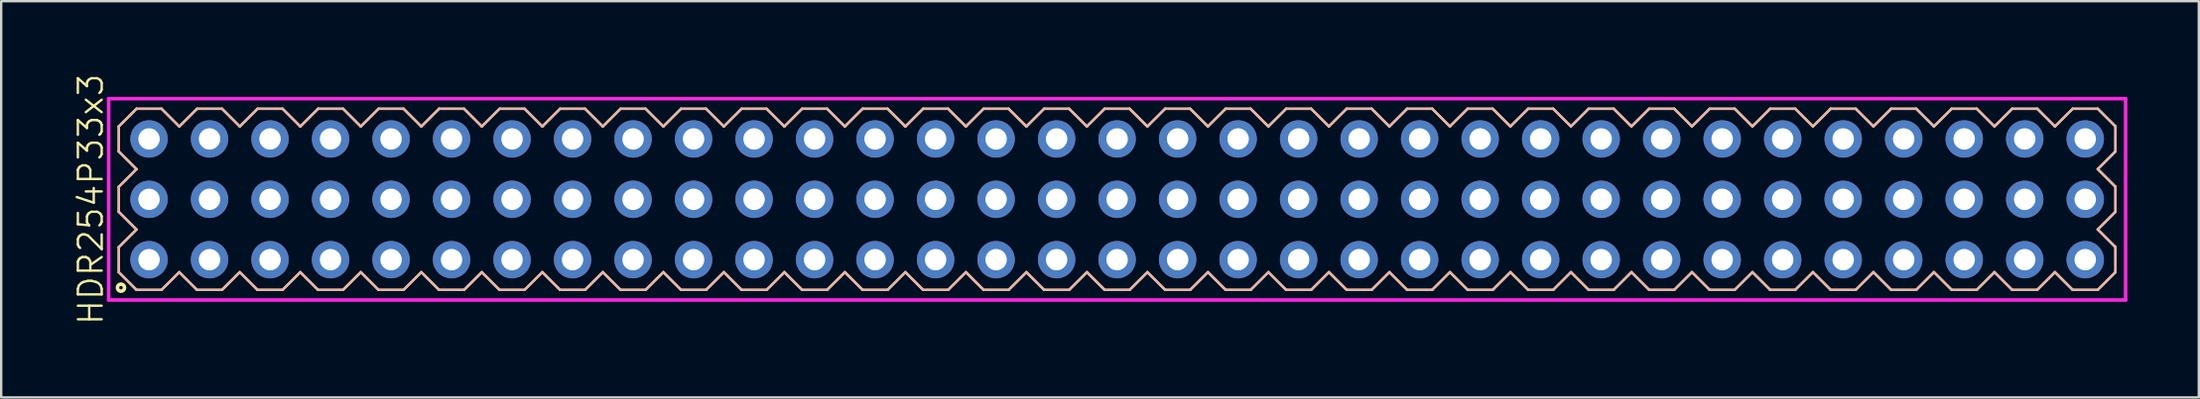
<source format=kicad_pcb>
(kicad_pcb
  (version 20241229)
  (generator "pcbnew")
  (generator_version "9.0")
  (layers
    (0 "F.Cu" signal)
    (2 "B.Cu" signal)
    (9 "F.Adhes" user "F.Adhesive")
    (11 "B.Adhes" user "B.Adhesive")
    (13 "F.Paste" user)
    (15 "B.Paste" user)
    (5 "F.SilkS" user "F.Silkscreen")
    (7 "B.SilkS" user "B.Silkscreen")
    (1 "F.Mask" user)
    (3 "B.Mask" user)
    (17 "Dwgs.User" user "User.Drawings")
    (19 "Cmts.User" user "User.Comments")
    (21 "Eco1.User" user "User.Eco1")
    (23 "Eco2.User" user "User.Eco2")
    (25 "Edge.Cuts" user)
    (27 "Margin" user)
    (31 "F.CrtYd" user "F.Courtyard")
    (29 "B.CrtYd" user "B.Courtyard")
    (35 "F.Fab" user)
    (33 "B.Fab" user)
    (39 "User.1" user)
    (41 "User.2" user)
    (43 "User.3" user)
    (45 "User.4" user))
  (footprint "HDR254P33x3"
    (layer "F.Cu")
    (at 43.846 5.336)
    (property "Reference" "HDR254P33x3" (at -43.085 0 90) (layer "F.SilkS") (effects (font (size 1 1) (thickness 0.1))))
    (attr through_hole)
    (fp_line (start -41.91 -3.066) (end -41.166 -3.81) (stroke (width 0.1) (type solid)) (layer "F.SilkS"))
    (fp_line (start -41.91 -2.014) (end -41.91 -3.066) (stroke (width 0.1) (type solid)) (layer "F.SilkS"))
    (fp_line (start -41.91 -0.526) (end -41.166 -1.27) (stroke (width 0.1) (type solid)) (layer "F.SilkS"))
    (fp_line (start -41.91 0.526) (end -41.91 -0.526) (stroke (width 0.1) (type solid)) (layer "F.SilkS"))
    (fp_line (start -41.91 2.014) (end -41.166 1.27) (stroke (width 0.1) (type solid)) (layer "F.SilkS"))
    (fp_line (start -41.91 3.066) (end -41.91 2.014) (stroke (width 0.1) (type solid)) (layer "F.SilkS"))
    (fp_line (start -41.166 -3.81) (end -40.114 -3.81) (stroke (width 0.1) (type solid)) (layer "F.SilkS"))
    (fp_line (start -41.166 -1.27) (end -41.91 -2.014) (stroke (width 0.1) (type solid)) (layer "F.SilkS"))
    (fp_line (start -41.166 1.27) (end -41.91 0.526) (stroke (width 0.1) (type solid)) (layer "F.SilkS"))
    (fp_line (start -41.166 3.81) (end -41.91 3.066) (stroke (width 0.1) (type solid)) (layer "F.SilkS"))
    (fp_line (start -40.114 -3.81) (end -39.37 -3.066) (stroke (width 0.1) (type solid)) (layer "F.SilkS"))
    (fp_line (start -40.114 3.81) (end -41.166 3.81) (stroke (width 0.1) (type solid)) (layer "F.SilkS"))
    (fp_line (start -39.37 -3.066) (end -38.626 -3.81) (stroke (width 0.1) (type solid)) (layer "F.SilkS"))
    (fp_line (start -39.37 3.066) (end -40.114 3.81) (stroke (width 0.1) (type solid)) (layer "F.SilkS"))
    (fp_line (start -38.626 -3.81) (end -37.574 -3.81) (stroke (width 0.1) (type solid)) (layer "F.SilkS"))
    (fp_line (start -38.626 3.81) (end -39.37 3.066) (stroke (width 0.1) (type solid)) (layer "F.SilkS"))
    (fp_line (start -37.574 -3.81) (end -36.83 -3.066) (stroke (width 0.1) (type solid)) (layer "F.SilkS"))
    (fp_line (start -37.574 3.81) (end -38.626 3.81) (stroke (width 0.1) (type solid)) (layer "F.SilkS"))
    (fp_line (start -36.83 -3.066) (end -36.086 -3.81) (stroke (width 0.1) (type solid)) (layer "F.SilkS"))
    (fp_line (start -36.83 3.066) (end -37.574 3.81) (stroke (width 0.1) (type solid)) (layer "F.SilkS"))
    (fp_line (start -36.086 -3.81) (end -35.034 -3.81) (stroke (width 0.1) (type solid)) (layer "F.SilkS"))
    (fp_line (start -36.086 3.81) (end -36.83 3.066) (stroke (width 0.1) (type solid)) (layer "F.SilkS"))
    (fp_line (start -35.034 -3.81) (end -34.29 -3.066) (stroke (width 0.1) (type solid)) (layer "F.SilkS"))
    (fp_line (start -35.034 3.81) (end -36.086 3.81) (stroke (width 0.1) (type solid)) (layer "F.SilkS"))
    (fp_line (start -34.29 -3.066) (end -33.546 -3.81) (stroke (width 0.1) (type solid)) (layer "F.SilkS"))
    (fp_line (start -34.29 3.066) (end -35.034 3.81) (stroke (width 0.1) (type solid)) (layer "F.SilkS"))
    (fp_line (start -33.546 -3.81) (end -32.494 -3.81) (stroke (width 0.1) (type solid)) (layer "F.SilkS"))
    (fp_line (start -33.546 3.81) (end -34.29 3.066) (stroke (width 0.1) (type solid)) (layer "F.SilkS"))
    (fp_line (start -32.494 -3.81) (end -31.75 -3.066) (stroke (width 0.1) (type solid)) (layer "F.SilkS"))
    (fp_line (start -32.494 3.81) (end -33.546 3.81) (stroke (width 0.1) (type solid)) (layer "F.SilkS"))
    (fp_line (start -31.75 -3.066) (end -31.006 -3.81) (stroke (width 0.1) (type solid)) (layer "F.SilkS"))
    (fp_line (start -31.75 3.066) (end -32.494 3.81) (stroke (width 0.1) (type solid)) (layer "F.SilkS"))
    (fp_line (start -31.006 -3.81) (end -29.954 -3.81) (stroke (width 0.1) (type solid)) (layer "F.SilkS"))
    (fp_line (start -31.006 3.81) (end -31.75 3.066) (stroke (width 0.1) (type solid)) (layer "F.SilkS"))
    (fp_line (start -29.954 -3.81) (end -29.21 -3.066) (stroke (width 0.1) (type solid)) (layer "F.SilkS"))
    (fp_line (start -29.954 3.81) (end -31.006 3.81) (stroke (width 0.1) (type solid)) (layer "F.SilkS"))
    (fp_line (start -29.21 -3.066) (end -28.466 -3.81) (stroke (width 0.1) (type solid)) (layer "F.SilkS"))
    (fp_line (start -29.21 3.066) (end -29.954 3.81) (stroke (width 0.1) (type solid)) (layer "F.SilkS"))
    (fp_line (start -28.466 -3.81) (end -27.414 -3.81) (stroke (width 0.1) (type solid)) (layer "F.SilkS"))
    (fp_line (start -28.466 3.81) (end -29.21 3.066) (stroke (width 0.1) (type solid)) (layer "F.SilkS"))
    (fp_line (start -27.414 -3.81) (end -26.67 -3.066) (stroke (width 0.1) (type solid)) (layer "F.SilkS"))
    (fp_line (start -27.414 3.81) (end -28.466 3.81) (stroke (width 0.1) (type solid)) (layer "F.SilkS"))
    (fp_line (start -26.67 -3.066) (end -25.926 -3.81) (stroke (width 0.1) (type solid)) (layer "F.SilkS"))
    (fp_line (start -26.67 3.066) (end -27.414 3.81) (stroke (width 0.1) (type solid)) (layer "F.SilkS"))
    (fp_line (start -25.926 -3.81) (end -24.874 -3.81) (stroke (width 0.1) (type solid)) (layer "F.SilkS"))
    (fp_line (start -25.926 3.81) (end -26.67 3.066) (stroke (width 0.1) (type solid)) (layer "F.SilkS"))
    (fp_line (start -24.874 -3.81) (end -24.13 -3.066) (stroke (width 0.1) (type solid)) (layer "F.SilkS"))
    (fp_line (start -24.874 3.81) (end -25.926 3.81) (stroke (width 0.1) (type solid)) (layer "F.SilkS"))
    (fp_line (start -24.13 -3.066) (end -23.386 -3.81) (stroke (width 0.1) (type solid)) (layer "F.SilkS"))
    (fp_line (start -24.13 3.066) (end -24.874 3.81) (stroke (width 0.1) (type solid)) (layer "F.SilkS"))
    (fp_line (start -23.386 -3.81) (end -22.334 -3.81) (stroke (width 0.1) (type solid)) (layer "F.SilkS"))
    (fp_line (start -23.386 3.81) (end -24.13 3.066) (stroke (width 0.1) (type solid)) (layer "F.SilkS"))
    (fp_line (start -22.334 -3.81) (end -21.59 -3.066) (stroke (width 0.1) (type solid)) (layer "F.SilkS"))
    (fp_line (start -22.334 3.81) (end -23.386 3.81) (stroke (width 0.1) (type solid)) (layer "F.SilkS"))
    (fp_line (start -21.59 -3.066) (end -20.846 -3.81) (stroke (width 0.1) (type solid)) (layer "F.SilkS"))
    (fp_line (start -21.59 3.066) (end -22.334 3.81) (stroke (width 0.1) (type solid)) (layer "F.SilkS"))
    (fp_line (start -20.846 -3.81) (end -19.794 -3.81) (stroke (width 0.1) (type solid)) (layer "F.SilkS"))
    (fp_line (start -20.846 3.81) (end -21.59 3.066) (stroke (width 0.1) (type solid)) (layer "F.SilkS"))
    (fp_line (start -19.794 -3.81) (end -19.05 -3.066) (stroke (width 0.1) (type solid)) (layer "F.SilkS"))
    (fp_line (start -19.794 3.81) (end -20.846 3.81) (stroke (width 0.1) (type solid)) (layer "F.SilkS"))
    (fp_line (start -19.05 -3.066) (end -18.306 -3.81) (stroke (width 0.1) (type solid)) (layer "F.SilkS"))
    (fp_line (start -19.05 3.066) (end -19.794 3.81) (stroke (width 0.1) (type solid)) (layer "F.SilkS"))
    (fp_line (start -18.306 -3.81) (end -17.254 -3.81) (stroke (width 0.1) (type solid)) (layer "F.SilkS"))
    (fp_line (start -18.306 3.81) (end -19.05 3.066) (stroke (width 0.1) (type solid)) (layer "F.SilkS"))
    (fp_line (start -17.254 -3.81) (end -16.51 -3.066) (stroke (width 0.1) (type solid)) (layer "F.SilkS"))
    (fp_line (start -17.254 3.81) (end -18.306 3.81) (stroke (width 0.1) (type solid)) (layer "F.SilkS"))
    (fp_line (start -16.51 -3.066) (end -15.766 -3.81) (stroke (width 0.1) (type solid)) (layer "F.SilkS"))
    (fp_line (start -16.51 3.066) (end -17.254 3.81) (stroke (width 0.1) (type solid)) (layer "F.SilkS"))
    (fp_line (start -15.766 -3.81) (end -14.714 -3.81) (stroke (width 0.1) (type solid)) (layer "F.SilkS"))
    (fp_line (start -15.766 3.81) (end -16.51 3.066) (stroke (width 0.1) (type solid)) (layer "F.SilkS"))
    (fp_line (start -14.714 -3.81) (end -13.97 -3.066) (stroke (width 0.1) (type solid)) (layer "F.SilkS"))
    (fp_line (start -14.714 3.81) (end -15.766 3.81) (stroke (width 0.1) (type solid)) (layer "F.SilkS"))
    (fp_line (start -13.97 -3.066) (end -13.226 -3.81) (stroke (width 0.1) (type solid)) (layer "F.SilkS"))
    (fp_line (start -13.97 3.066) (end -14.714 3.81) (stroke (width 0.1) (type solid)) (layer "F.SilkS"))
    (fp_line (start -13.226 -3.81) (end -12.174 -3.81) (stroke (width 0.1) (type solid)) (layer "F.SilkS"))
    (fp_line (start -13.226 3.81) (end -13.97 3.066) (stroke (width 0.1) (type solid)) (layer "F.SilkS"))
    (fp_line (start -12.174 -3.81) (end -11.43 -3.066) (stroke (width 0.1) (type solid)) (layer "F.SilkS"))
    (fp_line (start -12.174 3.81) (end -13.226 3.81) (stroke (width 0.1) (type solid)) (layer "F.SilkS"))
    (fp_line (start -11.43 -3.066) (end -10.686 -3.81) (stroke (width 0.1) (type solid)) (layer "F.SilkS"))
    (fp_line (start -11.43 3.066) (end -12.174 3.81) (stroke (width 0.1) (type solid)) (layer "F.SilkS"))
    (fp_line (start -10.686 -3.81) (end -9.634 -3.81) (stroke (width 0.1) (type solid)) (layer "F.SilkS"))
    (fp_line (start -10.686 3.81) (end -11.43 3.066) (stroke (width 0.1) (type solid)) (layer "F.SilkS"))
    (fp_line (start -9.634 -3.81) (end -8.89 -3.066) (stroke (width 0.1) (type solid)) (layer "F.SilkS"))
    (fp_line (start -9.634 3.81) (end -10.686 3.81) (stroke (width 0.1) (type solid)) (layer "F.SilkS"))
    (fp_line (start -8.89 -3.066) (end -8.146 -3.81) (stroke (width 0.1) (type solid)) (layer "F.SilkS"))
    (fp_line (start -8.89 3.066) (end -9.634 3.81) (stroke (width 0.1) (type solid)) (layer "F.SilkS"))
    (fp_line (start -8.146 -3.81) (end -7.094 -3.81) (stroke (width 0.1) (type solid)) (layer "F.SilkS"))
    (fp_line (start -8.146 3.81) (end -8.89 3.066) (stroke (width 0.1) (type solid)) (layer "F.SilkS"))
    (fp_line (start -7.094 -3.81) (end -6.35 -3.066) (stroke (width 0.1) (type solid)) (layer "F.SilkS"))
    (fp_line (start -7.094 3.81) (end -8.146 3.81) (stroke (width 0.1) (type solid)) (layer "F.SilkS"))
    (fp_line (start -6.35 -3.066) (end -5.606 -3.81) (stroke (width 0.1) (type solid)) (layer "F.SilkS"))
    (fp_line (start -6.35 3.066) (end -7.094 3.81) (stroke (width 0.1) (type solid)) (layer "F.SilkS"))
    (fp_line (start -5.606 -3.81) (end -4.554 -3.81) (stroke (width 0.1) (type solid)) (layer "F.SilkS"))
    (fp_line (start -5.606 3.81) (end -6.35 3.066) (stroke (width 0.1) (type solid)) (layer "F.SilkS"))
    (fp_line (start -4.554 -3.81) (end -3.81 -3.066) (stroke (width 0.1) (type solid)) (layer "F.SilkS"))
    (fp_line (start -4.554 3.81) (end -5.606 3.81) (stroke (width 0.1) (type solid)) (layer "F.SilkS"))
    (fp_line (start -3.81 -3.066) (end -3.066 -3.81) (stroke (width 0.1) (type solid)) (layer "F.SilkS"))
    (fp_line (start -3.81 3.066) (end -4.554 3.81) (stroke (width 0.1) (type solid)) (layer "F.SilkS"))
    (fp_line (start -3.066 -3.81) (end -2.014 -3.81) (stroke (width 0.1) (type solid)) (layer "F.SilkS"))
    (fp_line (start -3.066 3.81) (end -3.81 3.066) (stroke (width 0.1) (type solid)) (layer "F.SilkS"))
    (fp_line (start -2.014 -3.81) (end -1.27 -3.066) (stroke (width 0.1) (type solid)) (layer "F.SilkS"))
    (fp_line (start -2.014 3.81) (end -3.066 3.81) (stroke (width 0.1) (type solid)) (layer "F.SilkS"))
    (fp_line (start -1.27 -3.066) (end -0.526 -3.81) (stroke (width 0.1) (type solid)) (layer "F.SilkS"))
    (fp_line (start -1.27 3.066) (end -2.014 3.81) (stroke (width 0.1) (type solid)) (layer "F.SilkS"))
    (fp_line (start -0.526 -3.81) (end 0.526 -3.81) (stroke (width 0.1) (type solid)) (layer "F.SilkS"))
    (fp_line (start -0.526 3.81) (end -1.27 3.066) (stroke (width 0.1) (type solid)) (layer "F.SilkS"))
    (fp_line (start 0.526 -3.81) (end 1.27 -3.066) (stroke (width 0.1) (type solid)) (layer "F.SilkS"))
    (fp_line (start 0.526 3.81) (end -0.526 3.81) (stroke (width 0.1) (type solid)) (layer "F.SilkS"))
    (fp_line (start 1.27 -3.066) (end 2.014 -3.81) (stroke (width 0.1) (type solid)) (layer "F.SilkS"))
    (fp_line (start 1.27 3.066) (end 0.526 3.81) (stroke (width 0.1) (type solid)) (layer "F.SilkS"))
    (fp_line (start 2.014 -3.81) (end 3.066 -3.81) (stroke (width 0.1) (type solid)) (layer "F.SilkS"))
    (fp_line (start 2.014 3.81) (end 1.27 3.066) (stroke (width 0.1) (type solid)) (layer "F.SilkS"))
    (fp_line (start 3.066 -3.81) (end 3.81 -3.066) (stroke (width 0.1) (type solid)) (layer "F.SilkS"))
    (fp_line (start 3.066 3.81) (end 2.014 3.81) (stroke (width 0.1) (type solid)) (layer "F.SilkS"))
    (fp_line (start 3.81 -3.066) (end 4.554 -3.81) (stroke (width 0.1) (type solid)) (layer "F.SilkS"))
    (fp_line (start 3.81 3.066) (end 3.066 3.81) (stroke (width 0.1) (type solid)) (layer "F.SilkS"))
    (fp_line (start 4.554 -3.81) (end 5.606 -3.81) (stroke (width 0.1) (type solid)) (layer "F.SilkS"))
    (fp_line (start 4.554 3.81) (end 3.81 3.066) (stroke (width 0.1) (type solid)) (layer "F.SilkS"))
    (fp_line (start 5.606 -3.81) (end 6.35 -3.066) (stroke (width 0.1) (type solid)) (layer "F.SilkS"))
    (fp_line (start 5.606 3.81) (end 4.554 3.81) (stroke (width 0.1) (type solid)) (layer "F.SilkS"))
    (fp_line (start 6.35 -3.066) (end 7.094 -3.81) (stroke (width 0.1) (type solid)) (layer "F.SilkS"))
    (fp_line (start 6.35 3.066) (end 5.606 3.81) (stroke (width 0.1) (type solid)) (layer "F.SilkS"))
    (fp_line (start 7.094 -3.81) (end 8.146 -3.81) (stroke (width 0.1) (type solid)) (layer "F.SilkS"))
    (fp_line (start 7.094 3.81) (end 6.35 3.066) (stroke (width 0.1) (type solid)) (layer "F.SilkS"))
    (fp_line (start 8.146 -3.81) (end 8.89 -3.066) (stroke (width 0.1) (type solid)) (layer "F.SilkS"))
    (fp_line (start 8.146 3.81) (end 7.094 3.81) (stroke (width 0.1) (type solid)) (layer "F.SilkS"))
    (fp_line (start 8.89 -3.066) (end 9.634 -3.81) (stroke (width 0.1) (type solid)) (layer "F.SilkS"))
    (fp_line (start 8.89 3.066) (end 8.146 3.81) (stroke (width 0.1) (type solid)) (layer "F.SilkS"))
    (fp_line (start 9.634 -3.81) (end 10.686 -3.81) (stroke (width 0.1) (type solid)) (layer "F.SilkS"))
    (fp_line (start 9.634 3.81) (end 8.89 3.066) (stroke (width 0.1) (type solid)) (layer "F.SilkS"))
    (fp_line (start 10.686 -3.81) (end 11.43 -3.066) (stroke (width 0.1) (type solid)) (layer "F.SilkS"))
    (fp_line (start 10.686 3.81) (end 9.634 3.81) (stroke (width 0.1) (type solid)) (layer "F.SilkS"))
    (fp_line (start 11.43 -3.066) (end 12.174 -3.81) (stroke (width 0.1) (type solid)) (layer "F.SilkS"))
    (fp_line (start 11.43 3.066) (end 10.686 3.81) (stroke (width 0.1) (type solid)) (layer "F.SilkS"))
    (fp_line (start 12.174 -3.81) (end 13.226 -3.81) (stroke (width 0.1) (type solid)) (layer "F.SilkS"))
    (fp_line (start 12.174 3.81) (end 11.43 3.066) (stroke (width 0.1) (type solid)) (layer "F.SilkS"))
    (fp_line (start 13.226 -3.81) (end 13.97 -3.066) (stroke (width 0.1) (type solid)) (layer "F.SilkS"))
    (fp_line (start 13.226 3.81) (end 12.174 3.81) (stroke (width 0.1) (type solid)) (layer "F.SilkS"))
    (fp_line (start 13.97 -3.066) (end 14.714 -3.81) (stroke (width 0.1) (type solid)) (layer "F.SilkS"))
    (fp_line (start 13.97 3.066) (end 13.226 3.81) (stroke (width 0.1) (type solid)) (layer "F.SilkS"))
    (fp_line (start 14.714 -3.81) (end 15.766 -3.81) (stroke (width 0.1) (type solid)) (layer "F.SilkS"))
    (fp_line (start 14.714 3.81) (end 13.97 3.066) (stroke (width 0.1) (type solid)) (layer "F.SilkS"))
    (fp_line (start 15.766 -3.81) (end 16.51 -3.066) (stroke (width 0.1) (type solid)) (layer "F.SilkS"))
    (fp_line (start 15.766 3.81) (end 14.714 3.81) (stroke (width 0.1) (type solid)) (layer "F.SilkS"))
    (fp_line (start 16.51 -3.066) (end 17.254 -3.81) (stroke (width 0.1) (type solid)) (layer "F.SilkS"))
    (fp_line (start 16.51 3.066) (end 15.766 3.81) (stroke (width 0.1) (type solid)) (layer "F.SilkS"))
    (fp_line (start 17.254 -3.81) (end 18.306 -3.81) (stroke (width 0.1) (type solid)) (layer "F.SilkS"))
    (fp_line (start 17.254 3.81) (end 16.51 3.066) (stroke (width 0.1) (type solid)) (layer "F.SilkS"))
    (fp_line (start 18.306 -3.81) (end 19.05 -3.066) (stroke (width 0.1) (type solid)) (layer "F.SilkS"))
    (fp_line (start 18.306 3.81) (end 17.254 3.81) (stroke (width 0.1) (type solid)) (layer "F.SilkS"))
    (fp_line (start 19.05 -3.066) (end 19.794 -3.81) (stroke (width 0.1) (type solid)) (layer "F.SilkS"))
    (fp_line (start 19.05 3.066) (end 18.306 3.81) (stroke (width 0.1) (type solid)) (layer "F.SilkS"))
    (fp_line (start 19.794 -3.81) (end 20.846 -3.81) (stroke (width 0.1) (type solid)) (layer "F.SilkS"))
    (fp_line (start 19.794 3.81) (end 19.05 3.066) (stroke (width 0.1) (type solid)) (layer "F.SilkS"))
    (fp_line (start 20.846 -3.81) (end 21.59 -3.066) (stroke (width 0.1) (type solid)) (layer "F.SilkS"))
    (fp_line (start 20.846 3.81) (end 19.794 3.81) (stroke (width 0.1) (type solid)) (layer "F.SilkS"))
    (fp_line (start 21.59 -3.066) (end 22.334 -3.81) (stroke (width 0.1) (type solid)) (layer "F.SilkS"))
    (fp_line (start 21.59 3.066) (end 20.846 3.81) (stroke (width 0.1) (type solid)) (layer "F.SilkS"))
    (fp_line (start 22.334 -3.81) (end 23.386 -3.81) (stroke (width 0.1) (type solid)) (layer "F.SilkS"))
    (fp_line (start 22.334 3.81) (end 21.59 3.066) (stroke (width 0.1) (type solid)) (layer "F.SilkS"))
    (fp_line (start 23.386 -3.81) (end 24.13 -3.066) (stroke (width 0.1) (type solid)) (layer "F.SilkS"))
    (fp_line (start 23.386 3.81) (end 22.334 3.81) (stroke (width 0.1) (type solid)) (layer "F.SilkS"))
    (fp_line (start 24.13 -3.066) (end 24.874 -3.81) (stroke (width 0.1) (type solid)) (layer "F.SilkS"))
    (fp_line (start 24.13 3.066) (end 23.386 3.81) (stroke (width 0.1) (type solid)) (layer "F.SilkS"))
    (fp_line (start 24.874 -3.81) (end 25.926 -3.81) (stroke (width 0.1) (type solid)) (layer "F.SilkS"))
    (fp_line (start 24.874 3.81) (end 24.13 3.066) (stroke (width 0.1) (type solid)) (layer "F.SilkS"))
    (fp_line (start 25.926 -3.81) (end 26.67 -3.066) (stroke (width 0.1) (type solid)) (layer "F.SilkS"))
    (fp_line (start 25.926 3.81) (end 24.874 3.81) (stroke (width 0.1) (type solid)) (layer "F.SilkS"))
    (fp_line (start 26.67 -3.066) (end 27.414 -3.81) (stroke (width 0.1) (type solid)) (layer "F.SilkS"))
    (fp_line (start 26.67 3.066) (end 25.926 3.81) (stroke (width 0.1) (type solid)) (layer "F.SilkS"))
    (fp_line (start 27.414 -3.81) (end 28.466 -3.81) (stroke (width 0.1) (type solid)) (layer "F.SilkS"))
    (fp_line (start 27.414 3.81) (end 26.67 3.066) (stroke (width 0.1) (type solid)) (layer "F.SilkS"))
    (fp_line (start 28.466 -3.81) (end 29.21 -3.066) (stroke (width 0.1) (type solid)) (layer "F.SilkS"))
    (fp_line (start 28.466 3.81) (end 27.414 3.81) (stroke (width 0.1) (type solid)) (layer "F.SilkS"))
    (fp_line (start 29.21 -3.066) (end 29.954 -3.81) (stroke (width 0.1) (type solid)) (layer "F.SilkS"))
    (fp_line (start 29.21 3.066) (end 28.466 3.81) (stroke (width 0.1) (type solid)) (layer "F.SilkS"))
    (fp_line (start 29.954 -3.81) (end 31.006 -3.81) (stroke (width 0.1) (type solid)) (layer "F.SilkS"))
    (fp_line (start 29.954 3.81) (end 29.21 3.066) (stroke (width 0.1) (type solid)) (layer "F.SilkS"))
    (fp_line (start 31.006 -3.81) (end 31.75 -3.066) (stroke (width 0.1) (type solid)) (layer "F.SilkS"))
    (fp_line (start 31.006 3.81) (end 29.954 3.81) (stroke (width 0.1) (type solid)) (layer "F.SilkS"))
    (fp_line (start 31.75 -3.066) (end 32.494 -3.81) (stroke (width 0.1) (type solid)) (layer "F.SilkS"))
    (fp_line (start 31.75 3.066) (end 31.006 3.81) (stroke (width 0.1) (type solid)) (layer "F.SilkS"))
    (fp_line (start 32.494 -3.81) (end 33.546 -3.81) (stroke (width 0.1) (type solid)) (layer "F.SilkS"))
    (fp_line (start 32.494 3.81) (end 31.75 3.066) (stroke (width 0.1) (type solid)) (layer "F.SilkS"))
    (fp_line (start 33.546 -3.81) (end 34.29 -3.066) (stroke (width 0.1) (type solid)) (layer "F.SilkS"))
    (fp_line (start 33.546 3.81) (end 32.494 3.81) (stroke (width 0.1) (type solid)) (layer "F.SilkS"))
    (fp_line (start 34.29 -3.066) (end 35.034 -3.81) (stroke (width 0.1) (type solid)) (layer "F.SilkS"))
    (fp_line (start 34.29 3.066) (end 33.546 3.81) (stroke (width 0.1) (type solid)) (layer "F.SilkS"))
    (fp_line (start 35.034 -3.81) (end 36.086 -3.81) (stroke (width 0.1) (type solid)) (layer "F.SilkS"))
    (fp_line (start 35.034 3.81) (end 34.29 3.066) (stroke (width 0.1) (type solid)) (layer "F.SilkS"))
    (fp_line (start 36.086 -3.81) (end 36.83 -3.066) (stroke (width 0.1) (type solid)) (layer "F.SilkS"))
    (fp_line (start 36.086 3.81) (end 35.034 3.81) (stroke (width 0.1) (type solid)) (layer "F.SilkS"))
    (fp_line (start 36.83 -3.066) (end 37.574 -3.81) (stroke (width 0.1) (type solid)) (layer "F.SilkS"))
    (fp_line (start 36.83 3.066) (end 36.086 3.81) (stroke (width 0.1) (type solid)) (layer "F.SilkS"))
    (fp_line (start 37.574 -3.81) (end 38.626 -3.81) (stroke (width 0.1) (type solid)) (layer "F.SilkS"))
    (fp_line (start 37.574 3.81) (end 36.83 3.066) (stroke (width 0.1) (type solid)) (layer "F.SilkS"))
    (fp_line (start 38.626 -3.81) (end 39.37 -3.066) (stroke (width 0.1) (type solid)) (layer "F.SilkS"))
    (fp_line (start 38.626 3.81) (end 37.574 3.81) (stroke (width 0.1) (type solid)) (layer "F.SilkS"))
    (fp_line (start 39.37 -3.066) (end 40.114 -3.81) (stroke (width 0.1) (type solid)) (layer "F.SilkS"))
    (fp_line (start 39.37 3.066) (end 38.626 3.81) (stroke (width 0.1) (type solid)) (layer "F.SilkS"))
    (fp_line (start 40.114 -3.81) (end 41.166 -3.81) (stroke (width 0.1) (type solid)) (layer "F.SilkS"))
    (fp_line (start 40.114 3.81) (end 39.37 3.066) (stroke (width 0.1) (type solid)) (layer "F.SilkS"))
    (fp_line (start 41.166 -3.81) (end 41.91 -3.066) (stroke (width 0.1) (type solid)) (layer "F.SilkS"))
    (fp_line (start 41.166 -1.27) (end 41.91 -0.526) (stroke (width 0.1) (type solid)) (layer "F.SilkS"))
    (fp_line (start 41.166 1.27) (end 41.91 2.014) (stroke (width 0.1) (type solid)) (layer "F.SilkS"))
    (fp_line (start 41.166 3.81) (end 40.114 3.81) (stroke (width 0.1) (type solid)) (layer "F.SilkS"))
    (fp_line (start 41.91 -3.066) (end 41.91 -2.014) (stroke (width 0.1) (type solid)) (layer "F.SilkS"))
    (fp_line (start 41.91 -2.014) (end 41.166 -1.27) (stroke (width 0.1) (type solid)) (layer "F.SilkS"))
    (fp_line (start 41.91 -0.526) (end 41.91 0.526) (stroke (width 0.1) (type solid)) (layer "F.SilkS"))
    (fp_line (start 41.91 0.526) (end 41.166 1.27) (stroke (width 0.1) (type solid)) (layer "F.SilkS"))
    (fp_line (start 41.91 2.014) (end 41.91 3.066) (stroke (width 0.1) (type solid)) (layer "F.SilkS"))
    (fp_line (start 41.91 3.066) (end 41.166 3.81) (stroke (width 0.1) (type solid)) (layer "F.SilkS"))
    (fp_circle (center -41.817 3.718) (end -41.667 3.718) (stroke (width 0.15) (type solid)) (fill no) (layer "F.SilkS"))
    (fp_line (start -41.91 -3.066) (end -41.166 -3.81) (stroke (width 0.1) (type solid)) (layer "B.SilkS"))
    (fp_line (start -41.91 -2.014) (end -41.91 -3.066) (stroke (width 0.1) (type solid)) (layer "B.SilkS"))
    (fp_line (start -41.91 -0.526) (end -41.166 -1.27) (stroke (width 0.1) (type solid)) (layer "B.SilkS"))
    (fp_line (start -41.91 0.526) (end -41.91 -0.526) (stroke (width 0.1) (type solid)) (layer "B.SilkS"))
    (fp_line (start -41.91 2.014) (end -41.166 1.27) (stroke (width 0.1) (type solid)) (layer "B.SilkS"))
    (fp_line (start -41.91 3.066) (end -41.91 2.014) (stroke (width 0.1) (type solid)) (layer "B.SilkS"))
    (fp_line (start -41.166 -3.81) (end -40.114 -3.81) (stroke (width 0.1) (type solid)) (layer "B.SilkS"))
    (fp_line (start -41.166 -1.27) (end -41.91 -2.014) (stroke (width 0.1) (type solid)) (layer "B.SilkS"))
    (fp_line (start -41.166 1.27) (end -41.91 0.526) (stroke (width 0.1) (type solid)) (layer "B.SilkS"))
    (fp_line (start -41.166 3.81) (end -41.91 3.066) (stroke (width 0.1) (type solid)) (layer "B.SilkS"))
    (fp_line (start -40.114 -3.81) (end -39.37 -3.066) (stroke (width 0.1) (type solid)) (layer "B.SilkS"))
    (fp_line (start -40.114 3.81) (end -41.166 3.81) (stroke (width 0.1) (type solid)) (layer "B.SilkS"))
    (fp_line (start -39.37 -3.066) (end -38.626 -3.81) (stroke (width 0.1) (type solid)) (layer "B.SilkS"))
    (fp_line (start -39.37 3.066) (end -40.114 3.81) (stroke (width 0.1) (type solid)) (layer "B.SilkS"))
    (fp_line (start -38.626 -3.81) (end -37.574 -3.81) (stroke (width 0.1) (type solid)) (layer "B.SilkS"))
    (fp_line (start -38.626 3.81) (end -39.37 3.066) (stroke (width 0.1) (type solid)) (layer "B.SilkS"))
    (fp_line (start -37.574 -3.81) (end -36.83 -3.066) (stroke (width 0.1) (type solid)) (layer "B.SilkS"))
    (fp_line (start -37.574 3.81) (end -38.626 3.81) (stroke (width 0.1) (type solid)) (layer "B.SilkS"))
    (fp_line (start -36.83 -3.066) (end -36.086 -3.81) (stroke (width 0.1) (type solid)) (layer "B.SilkS"))
    (fp_line (start -36.83 3.066) (end -37.574 3.81) (stroke (width 0.1) (type solid)) (layer "B.SilkS"))
    (fp_line (start -36.086 -3.81) (end -35.034 -3.81) (stroke (width 0.1) (type solid)) (layer "B.SilkS"))
    (fp_line (start -36.086 3.81) (end -36.83 3.066) (stroke (width 0.1) (type solid)) (layer "B.SilkS"))
    (fp_line (start -35.034 -3.81) (end -34.29 -3.066) (stroke (width 0.1) (type solid)) (layer "B.SilkS"))
    (fp_line (start -35.034 3.81) (end -36.086 3.81) (stroke (width 0.1) (type solid)) (layer "B.SilkS"))
    (fp_line (start -34.29 -3.066) (end -33.546 -3.81) (stroke (width 0.1) (type solid)) (layer "B.SilkS"))
    (fp_line (start -34.29 3.066) (end -35.034 3.81) (stroke (width 0.1) (type solid)) (layer "B.SilkS"))
    (fp_line (start -33.546 -3.81) (end -32.494 -3.81) (stroke (width 0.1) (type solid)) (layer "B.SilkS"))
    (fp_line (start -33.546 3.81) (end -34.29 3.066) (stroke (width 0.1) (type solid)) (layer "B.SilkS"))
    (fp_line (start -32.494 -3.81) (end -31.75 -3.066) (stroke (width 0.1) (type solid)) (layer "B.SilkS"))
    (fp_line (start -32.494 3.81) (end -33.546 3.81) (stroke (width 0.1) (type solid)) (layer "B.SilkS"))
    (fp_line (start -31.75 -3.066) (end -31.006 -3.81) (stroke (width 0.1) (type solid)) (layer "B.SilkS"))
    (fp_line (start -31.75 3.066) (end -32.494 3.81) (stroke (width 0.1) (type solid)) (layer "B.SilkS"))
    (fp_line (start -31.006 -3.81) (end -29.954 -3.81) (stroke (width 0.1) (type solid)) (layer "B.SilkS"))
    (fp_line (start -31.006 3.81) (end -31.75 3.066) (stroke (width 0.1) (type solid)) (layer "B.SilkS"))
    (fp_line (start -29.954 -3.81) (end -29.21 -3.066) (stroke (width 0.1) (type solid)) (layer "B.SilkS"))
    (fp_line (start -29.954 3.81) (end -31.006 3.81) (stroke (width 0.1) (type solid)) (layer "B.SilkS"))
    (fp_line (start -29.21 -3.066) (end -28.466 -3.81) (stroke (width 0.1) (type solid)) (layer "B.SilkS"))
    (fp_line (start -29.21 3.066) (end -29.954 3.81) (stroke (width 0.1) (type solid)) (layer "B.SilkS"))
    (fp_line (start -28.466 -3.81) (end -27.414 -3.81) (stroke (width 0.1) (type solid)) (layer "B.SilkS"))
    (fp_line (start -28.466 3.81) (end -29.21 3.066) (stroke (width 0.1) (type solid)) (layer "B.SilkS"))
    (fp_line (start -27.414 -3.81) (end -26.67 -3.066) (stroke (width 0.1) (type solid)) (layer "B.SilkS"))
    (fp_line (start -27.414 3.81) (end -28.466 3.81) (stroke (width 0.1) (type solid)) (layer "B.SilkS"))
    (fp_line (start -26.67 -3.066) (end -25.926 -3.81) (stroke (width 0.1) (type solid)) (layer "B.SilkS"))
    (fp_line (start -26.67 3.066) (end -27.414 3.81) (stroke (width 0.1) (type solid)) (layer "B.SilkS"))
    (fp_line (start -25.926 -3.81) (end -24.874 -3.81) (stroke (width 0.1) (type solid)) (layer "B.SilkS"))
    (fp_line (start -25.926 3.81) (end -26.67 3.066) (stroke (width 0.1) (type solid)) (layer "B.SilkS"))
    (fp_line (start -24.874 -3.81) (end -24.13 -3.066) (stroke (width 0.1) (type solid)) (layer "B.SilkS"))
    (fp_line (start -24.874 3.81) (end -25.926 3.81) (stroke (width 0.1) (type solid)) (layer "B.SilkS"))
    (fp_line (start -24.13 -3.066) (end -23.386 -3.81) (stroke (width 0.1) (type solid)) (layer "B.SilkS"))
    (fp_line (start -24.13 3.066) (end -24.874 3.81) (stroke (width 0.1) (type solid)) (layer "B.SilkS"))
    (fp_line (start -23.386 -3.81) (end -22.334 -3.81) (stroke (width 0.1) (type solid)) (layer "B.SilkS"))
    (fp_line (start -23.386 3.81) (end -24.13 3.066) (stroke (width 0.1) (type solid)) (layer "B.SilkS"))
    (fp_line (start -22.334 -3.81) (end -21.59 -3.066) (stroke (width 0.1) (type solid)) (layer "B.SilkS"))
    (fp_line (start -22.334 3.81) (end -23.386 3.81) (stroke (width 0.1) (type solid)) (layer "B.SilkS"))
    (fp_line (start -21.59 -3.066) (end -20.846 -3.81) (stroke (width 0.1) (type solid)) (layer "B.SilkS"))
    (fp_line (start -21.59 3.066) (end -22.334 3.81) (stroke (width 0.1) (type solid)) (layer "B.SilkS"))
    (fp_line (start -20.846 -3.81) (end -19.794 -3.81) (stroke (width 0.1) (type solid)) (layer "B.SilkS"))
    (fp_line (start -20.846 3.81) (end -21.59 3.066) (stroke (width 0.1) (type solid)) (layer "B.SilkS"))
    (fp_line (start -19.794 -3.81) (end -19.05 -3.066) (stroke (width 0.1) (type solid)) (layer "B.SilkS"))
    (fp_line (start -19.794 3.81) (end -20.846 3.81) (stroke (width 0.1) (type solid)) (layer "B.SilkS"))
    (fp_line (start -19.05 -3.066) (end -18.306 -3.81) (stroke (width 0.1) (type solid)) (layer "B.SilkS"))
    (fp_line (start -19.05 3.066) (end -19.794 3.81) (stroke (width 0.1) (type solid)) (layer "B.SilkS"))
    (fp_line (start -18.306 -3.81) (end -17.254 -3.81) (stroke (width 0.1) (type solid)) (layer "B.SilkS"))
    (fp_line (start -18.306 3.81) (end -19.05 3.066) (stroke (width 0.1) (type solid)) (layer "B.SilkS"))
    (fp_line (start -17.254 -3.81) (end -16.51 -3.066) (stroke (width 0.1) (type solid)) (layer "B.SilkS"))
    (fp_line (start -17.254 3.81) (end -18.306 3.81) (stroke (width 0.1) (type solid)) (layer "B.SilkS"))
    (fp_line (start -16.51 -3.066) (end -15.766 -3.81) (stroke (width 0.1) (type solid)) (layer "B.SilkS"))
    (fp_line (start -16.51 3.066) (end -17.254 3.81) (stroke (width 0.1) (type solid)) (layer "B.SilkS"))
    (fp_line (start -15.766 -3.81) (end -14.714 -3.81) (stroke (width 0.1) (type solid)) (layer "B.SilkS"))
    (fp_line (start -15.766 3.81) (end -16.51 3.066) (stroke (width 0.1) (type solid)) (layer "B.SilkS"))
    (fp_line (start -14.714 -3.81) (end -13.97 -3.066) (stroke (width 0.1) (type solid)) (layer "B.SilkS"))
    (fp_line (start -14.714 3.81) (end -15.766 3.81) (stroke (width 0.1) (type solid)) (layer "B.SilkS"))
    (fp_line (start -13.97 -3.066) (end -13.226 -3.81) (stroke (width 0.1) (type solid)) (layer "B.SilkS"))
    (fp_line (start -13.97 3.066) (end -14.714 3.81) (stroke (width 0.1) (type solid)) (layer "B.SilkS"))
    (fp_line (start -13.226 -3.81) (end -12.174 -3.81) (stroke (width 0.1) (type solid)) (layer "B.SilkS"))
    (fp_line (start -13.226 3.81) (end -13.97 3.066) (stroke (width 0.1) (type solid)) (layer "B.SilkS"))
    (fp_line (start -12.174 -3.81) (end -11.43 -3.066) (stroke (width 0.1) (type solid)) (layer "B.SilkS"))
    (fp_line (start -12.174 3.81) (end -13.226 3.81) (stroke (width 0.1) (type solid)) (layer "B.SilkS"))
    (fp_line (start -11.43 -3.066) (end -10.686 -3.81) (stroke (width 0.1) (type solid)) (layer "B.SilkS"))
    (fp_line (start -11.43 3.066) (end -12.174 3.81) (stroke (width 0.1) (type solid)) (layer "B.SilkS"))
    (fp_line (start -10.686 -3.81) (end -9.634 -3.81) (stroke (width 0.1) (type solid)) (layer "B.SilkS"))
    (fp_line (start -10.686 3.81) (end -11.43 3.066) (stroke (width 0.1) (type solid)) (layer "B.SilkS"))
    (fp_line (start -9.634 -3.81) (end -8.89 -3.066) (stroke (width 0.1) (type solid)) (layer "B.SilkS"))
    (fp_line (start -9.634 3.81) (end -10.686 3.81) (stroke (width 0.1) (type solid)) (layer "B.SilkS"))
    (fp_line (start -8.89 -3.066) (end -8.146 -3.81) (stroke (width 0.1) (type solid)) (layer "B.SilkS"))
    (fp_line (start -8.89 3.066) (end -9.634 3.81) (stroke (width 0.1) (type solid)) (layer "B.SilkS"))
    (fp_line (start -8.146 -3.81) (end -7.094 -3.81) (stroke (width 0.1) (type solid)) (layer "B.SilkS"))
    (fp_line (start -8.146 3.81) (end -8.89 3.066) (stroke (width 0.1) (type solid)) (layer "B.SilkS"))
    (fp_line (start -7.094 -3.81) (end -6.35 -3.066) (stroke (width 0.1) (type solid)) (layer "B.SilkS"))
    (fp_line (start -7.094 3.81) (end -8.146 3.81) (stroke (width 0.1) (type solid)) (layer "B.SilkS"))
    (fp_line (start -6.35 -3.066) (end -5.606 -3.81) (stroke (width 0.1) (type solid)) (layer "B.SilkS"))
    (fp_line (start -6.35 3.066) (end -7.094 3.81) (stroke (width 0.1) (type solid)) (layer "B.SilkS"))
    (fp_line (start -5.606 -3.81) (end -4.554 -3.81) (stroke (width 0.1) (type solid)) (layer "B.SilkS"))
    (fp_line (start -5.606 3.81) (end -6.35 3.066) (stroke (width 0.1) (type solid)) (layer "B.SilkS"))
    (fp_line (start -4.554 -3.81) (end -3.81 -3.066) (stroke (width 0.1) (type solid)) (layer "B.SilkS"))
    (fp_line (start -4.554 3.81) (end -5.606 3.81) (stroke (width 0.1) (type solid)) (layer "B.SilkS"))
    (fp_line (start -3.81 -3.066) (end -3.066 -3.81) (stroke (width 0.1) (type solid)) (layer "B.SilkS"))
    (fp_line (start -3.81 3.066) (end -4.554 3.81) (stroke (width 0.1) (type solid)) (layer "B.SilkS"))
    (fp_line (start -3.066 -3.81) (end -2.014 -3.81) (stroke (width 0.1) (type solid)) (layer "B.SilkS"))
    (fp_line (start -3.066 3.81) (end -3.81 3.066) (stroke (width 0.1) (type solid)) (layer "B.SilkS"))
    (fp_line (start -2.014 -3.81) (end -1.27 -3.066) (stroke (width 0.1) (type solid)) (layer "B.SilkS"))
    (fp_line (start -2.014 3.81) (end -3.066 3.81) (stroke (width 0.1) (type solid)) (layer "B.SilkS"))
    (fp_line (start -1.27 -3.066) (end -0.526 -3.81) (stroke (width 0.1) (type solid)) (layer "B.SilkS"))
    (fp_line (start -1.27 3.066) (end -2.014 3.81) (stroke (width 0.1) (type solid)) (layer "B.SilkS"))
    (fp_line (start -0.526 -3.81) (end 0.526 -3.81) (stroke (width 0.1) (type solid)) (layer "B.SilkS"))
    (fp_line (start -0.526 3.81) (end -1.27 3.066) (stroke (width 0.1) (type solid)) (layer "B.SilkS"))
    (fp_line (start 0.526 -3.81) (end 1.27 -3.066) (stroke (width 0.1) (type solid)) (layer "B.SilkS"))
    (fp_line (start 0.526 3.81) (end -0.526 3.81) (stroke (width 0.1) (type solid)) (layer "B.SilkS"))
    (fp_line (start 1.27 -3.066) (end 2.014 -3.81) (stroke (width 0.1) (type solid)) (layer "B.SilkS"))
    (fp_line (start 1.27 3.066) (end 0.526 3.81) (stroke (width 0.1) (type solid)) (layer "B.SilkS"))
    (fp_line (start 2.014 -3.81) (end 3.066 -3.81) (stroke (width 0.1) (type solid)) (layer "B.SilkS"))
    (fp_line (start 2.014 3.81) (end 1.27 3.066) (stroke (width 0.1) (type solid)) (layer "B.SilkS"))
    (fp_line (start 3.066 -3.81) (end 3.81 -3.066) (stroke (width 0.1) (type solid)) (layer "B.SilkS"))
    (fp_line (start 3.066 3.81) (end 2.014 3.81) (stroke (width 0.1) (type solid)) (layer "B.SilkS"))
    (fp_line (start 3.81 -3.066) (end 4.554 -3.81) (stroke (width 0.1) (type solid)) (layer "B.SilkS"))
    (fp_line (start 3.81 3.066) (end 3.066 3.81) (stroke (width 0.1) (type solid)) (layer "B.SilkS"))
    (fp_line (start 4.554 -3.81) (end 5.606 -3.81) (stroke (width 0.1) (type solid)) (layer "B.SilkS"))
    (fp_line (start 4.554 3.81) (end 3.81 3.066) (stroke (width 0.1) (type solid)) (layer "B.SilkS"))
    (fp_line (start 5.606 -3.81) (end 6.35 -3.066) (stroke (width 0.1) (type solid)) (layer "B.SilkS"))
    (fp_line (start 5.606 3.81) (end 4.554 3.81) (stroke (width 0.1) (type solid)) (layer "B.SilkS"))
    (fp_line (start 6.35 -3.066) (end 7.094 -3.81) (stroke (width 0.1) (type solid)) (layer "B.SilkS"))
    (fp_line (start 6.35 3.066) (end 5.606 3.81) (stroke (width 0.1) (type solid)) (layer "B.SilkS"))
    (fp_line (start 7.094 -3.81) (end 8.146 -3.81) (stroke (width 0.1) (type solid)) (layer "B.SilkS"))
    (fp_line (start 7.094 3.81) (end 6.35 3.066) (stroke (width 0.1) (type solid)) (layer "B.SilkS"))
    (fp_line (start 8.146 -3.81) (end 8.89 -3.066) (stroke (width 0.1) (type solid)) (layer "B.SilkS"))
    (fp_line (start 8.146 3.81) (end 7.094 3.81) (stroke (width 0.1) (type solid)) (layer "B.SilkS"))
    (fp_line (start 8.89 -3.066) (end 9.634 -3.81) (stroke (width 0.1) (type solid)) (layer "B.SilkS"))
    (fp_line (start 8.89 3.066) (end 8.146 3.81) (stroke (width 0.1) (type solid)) (layer "B.SilkS"))
    (fp_line (start 9.634 -3.81) (end 10.686 -3.81) (stroke (width 0.1) (type solid)) (layer "B.SilkS"))
    (fp_line (start 9.634 3.81) (end 8.89 3.066) (stroke (width 0.1) (type solid)) (layer "B.SilkS"))
    (fp_line (start 10.686 -3.81) (end 11.43 -3.066) (stroke (width 0.1) (type solid)) (layer "B.SilkS"))
    (fp_line (start 10.686 3.81) (end 9.634 3.81) (stroke (width 0.1) (type solid)) (layer "B.SilkS"))
    (fp_line (start 11.43 -3.066) (end 12.174 -3.81) (stroke (width 0.1) (type solid)) (layer "B.SilkS"))
    (fp_line (start 11.43 3.066) (end 10.686 3.81) (stroke (width 0.1) (type solid)) (layer "B.SilkS"))
    (fp_line (start 12.174 -3.81) (end 13.226 -3.81) (stroke (width 0.1) (type solid)) (layer "B.SilkS"))
    (fp_line (start 12.174 3.81) (end 11.43 3.066) (stroke (width 0.1) (type solid)) (layer "B.SilkS"))
    (fp_line (start 13.226 -3.81) (end 13.97 -3.066) (stroke (width 0.1) (type solid)) (layer "B.SilkS"))
    (fp_line (start 13.226 3.81) (end 12.174 3.81) (stroke (width 0.1) (type solid)) (layer "B.SilkS"))
    (fp_line (start 13.97 -3.066) (end 14.714 -3.81) (stroke (width 0.1) (type solid)) (layer "B.SilkS"))
    (fp_line (start 13.97 3.066) (end 13.226 3.81) (stroke (width 0.1) (type solid)) (layer "B.SilkS"))
    (fp_line (start 14.714 -3.81) (end 15.766 -3.81) (stroke (width 0.1) (type solid)) (layer "B.SilkS"))
    (fp_line (start 14.714 3.81) (end 13.97 3.066) (stroke (width 0.1) (type solid)) (layer "B.SilkS"))
    (fp_line (start 15.766 -3.81) (end 16.51 -3.066) (stroke (width 0.1) (type solid)) (layer "B.SilkS"))
    (fp_line (start 15.766 3.81) (end 14.714 3.81) (stroke (width 0.1) (type solid)) (layer "B.SilkS"))
    (fp_line (start 16.51 -3.066) (end 17.254 -3.81) (stroke (width 0.1) (type solid)) (layer "B.SilkS"))
    (fp_line (start 16.51 3.066) (end 15.766 3.81) (stroke (width 0.1) (type solid)) (layer "B.SilkS"))
    (fp_line (start 17.254 -3.81) (end 18.306 -3.81) (stroke (width 0.1) (type solid)) (layer "B.SilkS"))
    (fp_line (start 17.254 3.81) (end 16.51 3.066) (stroke (width 0.1) (type solid)) (layer "B.SilkS"))
    (fp_line (start 18.306 -3.81) (end 19.05 -3.066) (stroke (width 0.1) (type solid)) (layer "B.SilkS"))
    (fp_line (start 18.306 3.81) (end 17.254 3.81) (stroke (width 0.1) (type solid)) (layer "B.SilkS"))
    (fp_line (start 19.05 -3.066) (end 19.794 -3.81) (stroke (width 0.1) (type solid)) (layer "B.SilkS"))
    (fp_line (start 19.05 3.066) (end 18.306 3.81) (stroke (width 0.1) (type solid)) (layer "B.SilkS"))
    (fp_line (start 19.794 -3.81) (end 20.846 -3.81) (stroke (width 0.1) (type solid)) (layer "B.SilkS"))
    (fp_line (start 19.794 3.81) (end 19.05 3.066) (stroke (width 0.1) (type solid)) (layer "B.SilkS"))
    (fp_line (start 20.846 -3.81) (end 21.59 -3.066) (stroke (width 0.1) (type solid)) (layer "B.SilkS"))
    (fp_line (start 20.846 3.81) (end 19.794 3.81) (stroke (width 0.1) (type solid)) (layer "B.SilkS"))
    (fp_line (start 21.59 -3.066) (end 22.334 -3.81) (stroke (width 0.1) (type solid)) (layer "B.SilkS"))
    (fp_line (start 21.59 3.066) (end 20.846 3.81) (stroke (width 0.1) (type solid)) (layer "B.SilkS"))
    (fp_line (start 22.334 -3.81) (end 23.386 -3.81) (stroke (width 0.1) (type solid)) (layer "B.SilkS"))
    (fp_line (start 22.334 3.81) (end 21.59 3.066) (stroke (width 0.1) (type solid)) (layer "B.SilkS"))
    (fp_line (start 23.386 -3.81) (end 24.13 -3.066) (stroke (width 0.1) (type solid)) (layer "B.SilkS"))
    (fp_line (start 23.386 3.81) (end 22.334 3.81) (stroke (width 0.1) (type solid)) (layer "B.SilkS"))
    (fp_line (start 24.13 -3.066) (end 24.874 -3.81) (stroke (width 0.1) (type solid)) (layer "B.SilkS"))
    (fp_line (start 24.13 3.066) (end 23.386 3.81) (stroke (width 0.1) (type solid)) (layer "B.SilkS"))
    (fp_line (start 24.874 -3.81) (end 25.926 -3.81) (stroke (width 0.1) (type solid)) (layer "B.SilkS"))
    (fp_line (start 24.874 3.81) (end 24.13 3.066) (stroke (width 0.1) (type solid)) (layer "B.SilkS"))
    (fp_line (start 25.926 -3.81) (end 26.67 -3.066) (stroke (width 0.1) (type solid)) (layer "B.SilkS"))
    (fp_line (start 25.926 3.81) (end 24.874 3.81) (stroke (width 0.1) (type solid)) (layer "B.SilkS"))
    (fp_line (start 26.67 -3.066) (end 27.414 -3.81) (stroke (width 0.1) (type solid)) (layer "B.SilkS"))
    (fp_line (start 26.67 3.066) (end 25.926 3.81) (stroke (width 0.1) (type solid)) (layer "B.SilkS"))
    (fp_line (start 27.414 -3.81) (end 28.466 -3.81) (stroke (width 0.1) (type solid)) (layer "B.SilkS"))
    (fp_line (start 27.414 3.81) (end 26.67 3.066) (stroke (width 0.1) (type solid)) (layer "B.SilkS"))
    (fp_line (start 28.466 -3.81) (end 29.21 -3.066) (stroke (width 0.1) (type solid)) (layer "B.SilkS"))
    (fp_line (start 28.466 3.81) (end 27.414 3.81) (stroke (width 0.1) (type solid)) (layer "B.SilkS"))
    (fp_line (start 29.21 -3.066) (end 29.954 -3.81) (stroke (width 0.1) (type solid)) (layer "B.SilkS"))
    (fp_line (start 29.21 3.066) (end 28.466 3.81) (stroke (width 0.1) (type solid)) (layer "B.SilkS"))
    (fp_line (start 29.954 -3.81) (end 31.006 -3.81) (stroke (width 0.1) (type solid)) (layer "B.SilkS"))
    (fp_line (start 29.954 3.81) (end 29.21 3.066) (stroke (width 0.1) (type solid)) (layer "B.SilkS"))
    (fp_line (start 31.006 -3.81) (end 31.75 -3.066) (stroke (width 0.1) (type solid)) (layer "B.SilkS"))
    (fp_line (start 31.006 3.81) (end 29.954 3.81) (stroke (width 0.1) (type solid)) (layer "B.SilkS"))
    (fp_line (start 31.75 -3.066) (end 32.494 -3.81) (stroke (width 0.1) (type solid)) (layer "B.SilkS"))
    (fp_line (start 31.75 3.066) (end 31.006 3.81) (stroke (width 0.1) (type solid)) (layer "B.SilkS"))
    (fp_line (start 32.494 -3.81) (end 33.546 -3.81) (stroke (width 0.1) (type solid)) (layer "B.SilkS"))
    (fp_line (start 32.494 3.81) (end 31.75 3.066) (stroke (width 0.1) (type solid)) (layer "B.SilkS"))
    (fp_line (start 33.546 -3.81) (end 34.29 -3.066) (stroke (width 0.1) (type solid)) (layer "B.SilkS"))
    (fp_line (start 33.546 3.81) (end 32.494 3.81) (stroke (width 0.1) (type solid)) (layer "B.SilkS"))
    (fp_line (start 34.29 -3.066) (end 35.034 -3.81) (stroke (width 0.1) (type solid)) (layer "B.SilkS"))
    (fp_line (start 34.29 3.066) (end 33.546 3.81) (stroke (width 0.1) (type solid)) (layer "B.SilkS"))
    (fp_line (start 35.034 -3.81) (end 36.086 -3.81) (stroke (width 0.1) (type solid)) (layer "B.SilkS"))
    (fp_line (start 35.034 3.81) (end 34.29 3.066) (stroke (width 0.1) (type solid)) (layer "B.SilkS"))
    (fp_line (start 36.086 -3.81) (end 36.83 -3.066) (stroke (width 0.1) (type solid)) (layer "B.SilkS"))
    (fp_line (start 36.086 3.81) (end 35.034 3.81) (stroke (width 0.1) (type solid)) (layer "B.SilkS"))
    (fp_line (start 36.83 -3.066) (end 37.574 -3.81) (stroke (width 0.1) (type solid)) (layer "B.SilkS"))
    (fp_line (start 36.83 3.066) (end 36.086 3.81) (stroke (width 0.1) (type solid)) (layer "B.SilkS"))
    (fp_line (start 37.574 -3.81) (end 38.626 -3.81) (stroke (width 0.1) (type solid)) (layer "B.SilkS"))
    (fp_line (start 37.574 3.81) (end 36.83 3.066) (stroke (width 0.1) (type solid)) (layer "B.SilkS"))
    (fp_line (start 38.626 -3.81) (end 39.37 -3.066) (stroke (width 0.1) (type solid)) (layer "B.SilkS"))
    (fp_line (start 38.626 3.81) (end 37.574 3.81) (stroke (width 0.1) (type solid)) (layer "B.SilkS"))
    (fp_line (start 39.37 -3.066) (end 40.114 -3.81) (stroke (width 0.1) (type solid)) (layer "B.SilkS"))
    (fp_line (start 39.37 3.066) (end 38.626 3.81) (stroke (width 0.1) (type solid)) (layer "B.SilkS"))
    (fp_line (start 40.114 -3.81) (end 41.166 -3.81) (stroke (width 0.1) (type solid)) (layer "B.SilkS"))
    (fp_line (start 40.114 3.81) (end 39.37 3.066) (stroke (width 0.1) (type solid)) (layer "B.SilkS"))
    (fp_line (start 41.166 -3.81) (end 41.91 -3.066) (stroke (width 0.1) (type solid)) (layer "B.SilkS"))
    (fp_line (start 41.166 -1.27) (end 41.91 -0.526) (stroke (width 0.1) (type solid)) (layer "B.SilkS"))
    (fp_line (start 41.166 1.27) (end 41.91 2.014) (stroke (width 0.1) (type solid)) (layer "B.SilkS"))
    (fp_line (start 41.166 3.81) (end 40.114 3.81) (stroke (width 0.1) (type solid)) (layer "B.SilkS"))
    (fp_line (start 41.91 -3.066) (end 41.91 -2.014) (stroke (width 0.1) (type solid)) (layer "B.SilkS"))
    (fp_line (start 41.91 -2.014) (end 41.166 -1.27) (stroke (width 0.1) (type solid)) (layer "B.SilkS"))
    (fp_line (start 41.91 -0.526) (end 41.91 0.526) (stroke (width 0.1) (type solid)) (layer "B.SilkS"))
    (fp_line (start 41.91 0.526) (end 41.166 1.27) (stroke (width 0.1) (type solid)) (layer "B.SilkS"))
    (fp_line (start 41.91 2.014) (end 41.91 3.066) (stroke (width 0.1) (type solid)) (layer "B.SilkS"))
    (fp_line (start 41.91 3.066) (end 41.166 3.81) (stroke (width 0.1) (type solid)) (layer "B.SilkS"))
    (fp_line (start -42.335 -4.235) (end -42.335 4.235) (stroke (width 0.15) (type solid)) (layer "F.CrtYd"))
    (fp_line (start -42.335 4.235) (end 42.335 4.235) (stroke (width 0.15) (type solid)) (layer "F.CrtYd"))
    (fp_line (start 42.335 -4.235) (end -42.335 -4.235) (stroke (width 0.15) (type solid)) (layer "F.CrtYd"))
    (fp_line (start 42.335 4.235) (end 42.335 -4.235) (stroke (width 0.15) (type solid)) (layer "F.CrtYd"))
    (pad "1" thru_hole oval (at -40.64 2.54) (size 1.57 1.57) (drill 0.9) (layers "*.Cu" "*.Mask"))
    (pad "2" thru_hole oval (at -40.64 0) (size 1.57 1.57) (drill 0.9) (layers "*.Cu" "*.Mask"))
    (pad "3" thru_hole oval (at -40.64 -2.54) (size 1.57 1.57) (drill 0.9) (layers "*.Cu" "*.Mask"))
    (pad "4" thru_hole oval (at -38.1 2.54) (size 1.57 1.57) (drill 0.9) (layers "*.Cu" "*.Mask"))
    (pad "5" thru_hole oval (at -38.1 0) (size 1.57 1.57) (drill 0.9) (layers "*.Cu" "*.Mask"))
    (pad "6" thru_hole oval (at -38.1 -2.54) (size 1.57 1.57) (drill 0.9) (layers "*.Cu" "*.Mask"))
    (pad "7" thru_hole oval (at -35.56 2.54) (size 1.57 1.57) (drill 0.9) (layers "*.Cu" "*.Mask"))
    (pad "8" thru_hole oval (at -35.56 0) (size 1.57 1.57) (drill 0.9) (layers "*.Cu" "*.Mask"))
    (pad "9" thru_hole oval (at -35.56 -2.54) (size 1.57 1.57) (drill 0.9) (layers "*.Cu" "*.Mask"))
    (pad "10" thru_hole oval (at -33.02 2.54) (size 1.57 1.57) (drill 0.9) (layers "*.Cu" "*.Mask"))
    (pad "11" thru_hole oval (at -33.02 0) (size 1.57 1.57) (drill 0.9) (layers "*.Cu" "*.Mask"))
    (pad "12" thru_hole oval (at -33.02 -2.54) (size 1.57 1.57) (drill 0.9) (layers "*.Cu" "*.Mask"))
    (pad "13" thru_hole oval (at -30.48 2.54) (size 1.57 1.57) (drill 0.9) (layers "*.Cu" "*.Mask"))
    (pad "14" thru_hole oval (at -30.48 0) (size 1.57 1.57) (drill 0.9) (layers "*.Cu" "*.Mask"))
    (pad "15" thru_hole oval (at -30.48 -2.54) (size 1.57 1.57) (drill 0.9) (layers "*.Cu" "*.Mask"))
    (pad "16" thru_hole oval (at -27.94 2.54) (size 1.57 1.57) (drill 0.9) (layers "*.Cu" "*.Mask"))
    (pad "17" thru_hole oval (at -27.94 0) (size 1.57 1.57) (drill 0.9) (layers "*.Cu" "*.Mask"))
    (pad "18" thru_hole oval (at -27.94 -2.54) (size 1.57 1.57) (drill 0.9) (layers "*.Cu" "*.Mask"))
    (pad "19" thru_hole oval (at -25.4 2.54) (size 1.57 1.57) (drill 0.9) (layers "*.Cu" "*.Mask"))
    (pad "20" thru_hole oval (at -25.4 0) (size 1.57 1.57) (drill 0.9) (layers "*.Cu" "*.Mask"))
    (pad "21" thru_hole oval (at -25.4 -2.54) (size 1.57 1.57) (drill 0.9) (layers "*.Cu" "*.Mask"))
    (pad "22" thru_hole oval (at -22.86 2.54) (size 1.57 1.57) (drill 0.9) (layers "*.Cu" "*.Mask"))
    (pad "23" thru_hole oval (at -22.86 0) (size 1.57 1.57) (drill 0.9) (layers "*.Cu" "*.Mask"))
    (pad "24" thru_hole oval (at -22.86 -2.54) (size 1.57 1.57) (drill 0.9) (layers "*.Cu" "*.Mask"))
    (pad "25" thru_hole oval (at -20.32 2.54) (size 1.57 1.57) (drill 0.9) (layers "*.Cu" "*.Mask"))
    (pad "26" thru_hole oval (at -20.32 0) (size 1.57 1.57) (drill 0.9) (layers "*.Cu" "*.Mask"))
    (pad "27" thru_hole oval (at -20.32 -2.54) (size 1.57 1.57) (drill 0.9) (layers "*.Cu" "*.Mask"))
    (pad "28" thru_hole oval (at -17.78 2.54) (size 1.57 1.57) (drill 0.9) (layers "*.Cu" "*.Mask"))
    (pad "29" thru_hole oval (at -17.78 0) (size 1.57 1.57) (drill 0.9) (layers "*.Cu" "*.Mask"))
    (pad "30" thru_hole oval (at -17.78 -2.54) (size 1.57 1.57) (drill 0.9) (layers "*.Cu" "*.Mask"))
    (pad "31" thru_hole oval (at -15.24 2.54) (size 1.57 1.57) (drill 0.9) (layers "*.Cu" "*.Mask"))
    (pad "32" thru_hole oval (at -15.24 0) (size 1.57 1.57) (drill 0.9) (layers "*.Cu" "*.Mask"))
    (pad "33" thru_hole oval (at -15.24 -2.54) (size 1.57 1.57) (drill 0.9) (layers "*.Cu" "*.Mask"))
    (pad "34" thru_hole oval (at -12.7 2.54) (size 1.57 1.57) (drill 0.9) (layers "*.Cu" "*.Mask"))
    (pad "35" thru_hole oval (at -12.7 0) (size 1.57 1.57) (drill 0.9) (layers "*.Cu" "*.Mask"))
    (pad "36" thru_hole oval (at -12.7 -2.54) (size 1.57 1.57) (drill 0.9) (layers "*.Cu" "*.Mask"))
    (pad "37" thru_hole oval (at -10.16 2.54) (size 1.57 1.57) (drill 0.9) (layers "*.Cu" "*.Mask"))
    (pad "38" thru_hole oval (at -10.16 0) (size 1.57 1.57) (drill 0.9) (layers "*.Cu" "*.Mask"))
    (pad "39" thru_hole oval (at -10.16 -2.54) (size 1.57 1.57) (drill 0.9) (layers "*.Cu" "*.Mask"))
    (pad "40" thru_hole oval (at -7.62 2.54) (size 1.57 1.57) (drill 0.9) (layers "*.Cu" "*.Mask"))
    (pad "41" thru_hole oval (at -7.62 0) (size 1.57 1.57) (drill 0.9) (layers "*.Cu" "*.Mask"))
    (pad "42" thru_hole oval (at -7.62 -2.54) (size 1.57 1.57) (drill 0.9) (layers "*.Cu" "*.Mask"))
    (pad "43" thru_hole oval (at -5.08 2.54) (size 1.57 1.57) (drill 0.9) (layers "*.Cu" "*.Mask"))
    (pad "44" thru_hole oval (at -5.08 0) (size 1.57 1.57) (drill 0.9) (layers "*.Cu" "*.Mask"))
    (pad "45" thru_hole oval (at -5.08 -2.54) (size 1.57 1.57) (drill 0.9) (layers "*.Cu" "*.Mask"))
    (pad "46" thru_hole oval (at -2.54 2.54) (size 1.57 1.57) (drill 0.9) (layers "*.Cu" "*.Mask"))
    (pad "47" thru_hole oval (at -2.54 0) (size 1.57 1.57) (drill 0.9) (layers "*.Cu" "*.Mask"))
    (pad "48" thru_hole oval (at -2.54 -2.54) (size 1.57 1.57) (drill 0.9) (layers "*.Cu" "*.Mask"))
    (pad "49" thru_hole oval (at 0 2.54) (size 1.57 1.57) (drill 0.9) (layers "*.Cu" "*.Mask"))
    (pad "50" thru_hole oval (at 0 0) (size 1.57 1.57) (drill 0.9) (layers "*.Cu" "*.Mask"))
    (pad "51" thru_hole oval (at 0 -2.54) (size 1.57 1.57) (drill 0.9) (layers "*.Cu" "*.Mask"))
    (pad "52" thru_hole oval (at 2.54 2.54) (size 1.57 1.57) (drill 0.9) (layers "*.Cu" "*.Mask"))
    (pad "53" thru_hole oval (at 2.54 0) (size 1.57 1.57) (drill 0.9) (layers "*.Cu" "*.Mask"))
    (pad "54" thru_hole oval (at 2.54 -2.54) (size 1.57 1.57) (drill 0.9) (layers "*.Cu" "*.Mask"))
    (pad "55" thru_hole oval (at 5.08 2.54) (size 1.57 1.57) (drill 0.9) (layers "*.Cu" "*.Mask"))
    (pad "56" thru_hole oval (at 5.08 0) (size 1.57 1.57) (drill 0.9) (layers "*.Cu" "*.Mask"))
    (pad "57" thru_hole oval (at 5.08 -2.54) (size 1.57 1.57) (drill 0.9) (layers "*.Cu" "*.Mask"))
    (pad "58" thru_hole oval (at 7.62 2.54) (size 1.57 1.57) (drill 0.9) (layers "*.Cu" "*.Mask"))
    (pad "59" thru_hole oval (at 7.62 0) (size 1.57 1.57) (drill 0.9) (layers "*.Cu" "*.Mask"))
    (pad "60" thru_hole oval (at 7.62 -2.54) (size 1.57 1.57) (drill 0.9) (layers "*.Cu" "*.Mask"))
    (pad "61" thru_hole oval (at 10.16 2.54) (size 1.57 1.57) (drill 0.9) (layers "*.Cu" "*.Mask"))
    (pad "62" thru_hole oval (at 10.16 0) (size 1.57 1.57) (drill 0.9) (layers "*.Cu" "*.Mask"))
    (pad "63" thru_hole oval (at 10.16 -2.54) (size 1.57 1.57) (drill 0.9) (layers "*.Cu" "*.Mask"))
    (pad "64" thru_hole oval (at 12.7 2.54) (size 1.57 1.57) (drill 0.9) (layers "*.Cu" "*.Mask"))
    (pad "65" thru_hole oval (at 12.7 0) (size 1.57 1.57) (drill 0.9) (layers "*.Cu" "*.Mask"))
    (pad "66" thru_hole oval (at 12.7 -2.54) (size 1.57 1.57) (drill 0.9) (layers "*.Cu" "*.Mask"))
    (pad "67" thru_hole oval (at 15.24 2.54) (size 1.57 1.57) (drill 0.9) (layers "*.Cu" "*.Mask"))
    (pad "68" thru_hole oval (at 15.24 0) (size 1.57 1.57) (drill 0.9) (layers "*.Cu" "*.Mask"))
    (pad "69" thru_hole oval (at 15.24 -2.54) (size 1.57 1.57) (drill 0.9) (layers "*.Cu" "*.Mask"))
    (pad "70" thru_hole oval (at 17.78 2.54) (size 1.57 1.57) (drill 0.9) (layers "*.Cu" "*.Mask"))
    (pad "71" thru_hole oval (at 17.78 0) (size 1.57 1.57) (drill 0.9) (layers "*.Cu" "*.Mask"))
    (pad "72" thru_hole oval (at 17.78 -2.54) (size 1.57 1.57) (drill 0.9) (layers "*.Cu" "*.Mask"))
    (pad "73" thru_hole oval (at 20.32 2.54) (size 1.57 1.57) (drill 0.9) (layers "*.Cu" "*.Mask"))
    (pad "74" thru_hole oval (at 20.32 0) (size 1.57 1.57) (drill 0.9) (layers "*.Cu" "*.Mask"))
    (pad "75" thru_hole oval (at 20.32 -2.54) (size 1.57 1.57) (drill 0.9) (layers "*.Cu" "*.Mask"))
    (pad "76" thru_hole oval (at 22.86 2.54) (size 1.57 1.57) (drill 0.9) (layers "*.Cu" "*.Mask"))
    (pad "77" thru_hole oval (at 22.86 0) (size 1.57 1.57) (drill 0.9) (layers "*.Cu" "*.Mask"))
    (pad "78" thru_hole oval (at 22.86 -2.54) (size 1.57 1.57) (drill 0.9) (layers "*.Cu" "*.Mask"))
    (pad "79" thru_hole oval (at 25.4 2.54) (size 1.57 1.57) (drill 0.9) (layers "*.Cu" "*.Mask"))
    (pad "80" thru_hole oval (at 25.4 0) (size 1.57 1.57) (drill 0.9) (layers "*.Cu" "*.Mask"))
    (pad "81" thru_hole oval (at 25.4 -2.54) (size 1.57 1.57) (drill 0.9) (layers "*.Cu" "*.Mask"))
    (pad "82" thru_hole oval (at 27.94 2.54) (size 1.57 1.57) (drill 0.9) (layers "*.Cu" "*.Mask"))
    (pad "83" thru_hole oval (at 27.94 0) (size 1.57 1.57) (drill 0.9) (layers "*.Cu" "*.Mask"))
    (pad "84" thru_hole oval (at 27.94 -2.54) (size 1.57 1.57) (drill 0.9) (layers "*.Cu" "*.Mask"))
    (pad "85" thru_hole oval (at 30.48 2.54) (size 1.57 1.57) (drill 0.9) (layers "*.Cu" "*.Mask"))
    (pad "86" thru_hole oval (at 30.48 0) (size 1.57 1.57) (drill 0.9) (layers "*.Cu" "*.Mask"))
    (pad "87" thru_hole oval (at 30.48 -2.54) (size 1.57 1.57) (drill 0.9) (layers "*.Cu" "*.Mask"))
    (pad "88" thru_hole oval (at 33.02 2.54) (size 1.57 1.57) (drill 0.9) (layers "*.Cu" "*.Mask"))
    (pad "89" thru_hole oval (at 33.02 0) (size 1.57 1.57) (drill 0.9) (layers "*.Cu" "*.Mask"))
    (pad "90" thru_hole oval (at 33.02 -2.54) (size 1.57 1.57) (drill 0.9) (layers "*.Cu" "*.Mask"))
    (pad "91" thru_hole oval (at 35.56 2.54) (size 1.57 1.57) (drill 0.9) (layers "*.Cu" "*.Mask"))
    (pad "92" thru_hole oval (at 35.56 0) (size 1.57 1.57) (drill 0.9) (layers "*.Cu" "*.Mask"))
    (pad "93" thru_hole oval (at 35.56 -2.54) (size 1.57 1.57) (drill 0.9) (layers "*.Cu" "*.Mask"))
    (pad "94" thru_hole oval (at 38.1 2.54) (size 1.57 1.57) (drill 0.9) (layers "*.Cu" "*.Mask"))
    (pad "95" thru_hole oval (at 38.1 0) (size 1.57 1.57) (drill 0.9) (layers "*.Cu" "*.Mask"))
    (pad "96" thru_hole oval (at 38.1 -2.54) (size 1.57 1.57) (drill 0.9) (layers "*.Cu" "*.Mask"))
    (pad "97" thru_hole oval (at 40.64 2.54) (size 1.57 1.57) (drill 0.9) (layers "*.Cu" "*.Mask"))
    (pad "98" thru_hole oval (at 40.64 0) (size 1.57 1.57) (drill 0.9) (layers "*.Cu" "*.Mask"))
    (pad "99" thru_hole oval (at 40.64 -2.54) (size 1.57 1.57) (drill 0.9) (layers "*.Cu" "*.Mask")))
  (gr_rect
    (start -3 -3)
    (end 89.255 13.671)
    (stroke (width 0.1) (type default))
    (fill no)
    (layer "Edge.Cuts")))
</source>
